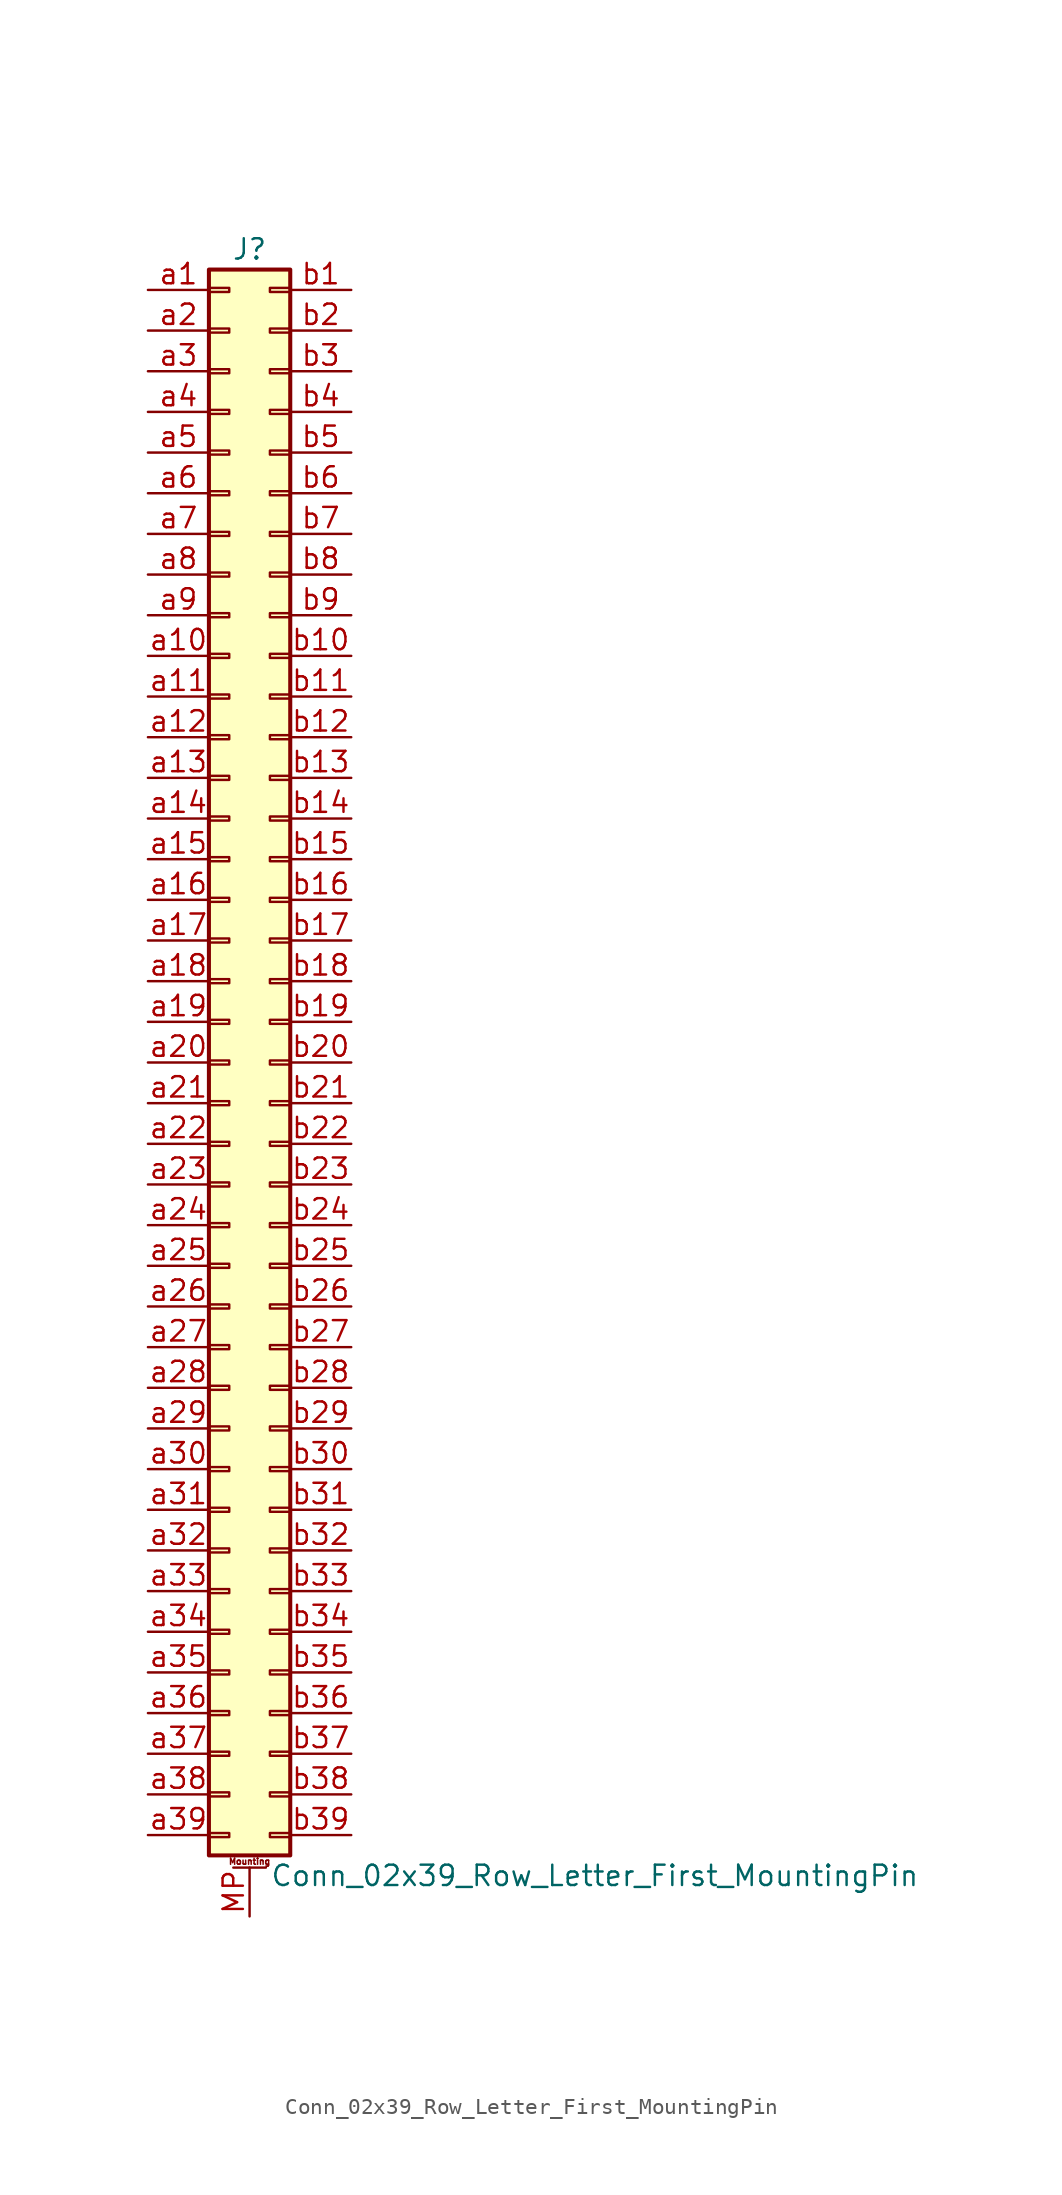
<source format=kicad_sym>
(kicad_symbol_lib
  (version 20211014)
  (generator kicad_symbol_editor)
  (symbol "Conn_02x39_Row_Letter_First_MountingPin"
    (pin_names
      (offset 1.016) hide)
    (property "Reference" "J"
      (at 1.27 50.8 0)
      (effects (font (size 1.27 1.27))))
    (property "Value" "Conn_02x39_Row_Letter_First_MountingPin"
      (at 2.54 -50.8 0)
      (effects (font (size 1.27 1.27)) (justify left)))
    (symbol "Conn_02x39_Row_Letter_First_MountingPin_1_1"
      (rectangle (start -1.27 -48.133) (end 0 -48.387) (stroke (width 0.152) (type default) (color 0 0 0 0)) (fill (type none)))
      (rectangle (start -1.27 -45.593) (end 0 -45.847) (stroke (width 0.152) (type default) (color 0 0 0 0)) (fill (type none)))
      (rectangle (start -1.27 -43.053) (end 0 -43.307) (stroke (width 0.152) (type default) (color 0 0 0 0)) (fill (type none)))
      (rectangle (start -1.27 -40.513) (end 0 -40.767) (stroke (width 0.152) (type default) (color 0 0 0 0)) (fill (type none)))
      (rectangle (start -1.27 -37.973) (end 0 -38.227) (stroke (width 0.152) (type default) (color 0 0 0 0)) (fill (type none)))
      (rectangle (start -1.27 -35.433) (end 0 -35.687) (stroke (width 0.152) (type default) (color 0 0 0 0)) (fill (type none)))
      (rectangle (start -1.27 -32.893) (end 0 -33.147) (stroke (width 0.152) (type default) (color 0 0 0 0)) (fill (type none)))
      (rectangle (start -1.27 -30.353) (end 0 -30.607) (stroke (width 0.152) (type default) (color 0 0 0 0)) (fill (type none)))
      (rectangle (start -1.27 -27.813) (end 0 -28.067) (stroke (width 0.152) (type default) (color 0 0 0 0)) (fill (type none)))
      (rectangle (start -1.27 -25.273) (end 0 -25.527) (stroke (width 0.152) (type default) (color 0 0 0 0)) (fill (type none)))
      (rectangle (start -1.27 -22.733) (end 0 -22.987) (stroke (width 0.152) (type default) (color 0 0 0 0)) (fill (type none)))
      (rectangle (start -1.27 -20.193) (end 0 -20.447) (stroke (width 0.152) (type default) (color 0 0 0 0)) (fill (type none)))
      (rectangle (start -1.27 -17.653) (end 0 -17.907) (stroke (width 0.152) (type default) (color 0 0 0 0)) (fill (type none)))
      (rectangle (start -1.27 -15.113) (end 0 -15.367) (stroke (width 0.152) (type default) (color 0 0 0 0)) (fill (type none)))
      (rectangle (start -1.27 -12.573) (end 0 -12.827) (stroke (width 0.152) (type default) (color 0 0 0 0)) (fill (type none)))
      (rectangle (start -1.27 -10.033) (end 0 -10.287) (stroke (width 0.152) (type default) (color 0 0 0 0)) (fill (type none)))
      (rectangle (start -1.27 -7.493) (end 0 -7.747) (stroke (width 0.152) (type default) (color 0 0 0 0)) (fill (type none)))
      (rectangle (start -1.27 -4.953) (end 0 -5.207) (stroke (width 0.152) (type default) (color 0 0 0 0)) (fill (type none)))
      (rectangle (start -1.27 -2.413) (end 0 -2.667) (stroke (width 0.152) (type default) (color 0 0 0 0)) (fill (type none)))
      (rectangle (start -1.27 0.127) (end 0 -0.127) (stroke (width 0.152) (type default) (color 0 0 0 0)) (fill (type none)))
      (rectangle (start -1.27 2.667) (end 0 2.413) (stroke (width 0.152) (type default) (color 0 0 0 0)) (fill (type none)))
      (rectangle (start -1.27 5.207) (end 0 4.953) (stroke (width 0.152) (type default) (color 0 0 0 0)) (fill (type none)))
      (rectangle (start -1.27 7.747) (end 0 7.493) (stroke (width 0.152) (type default) (color 0 0 0 0)) (fill (type none)))
      (rectangle (start -1.27 10.287) (end 0 10.033) (stroke (width 0.152) (type default) (color 0 0 0 0)) (fill (type none)))
      (rectangle (start -1.27 12.827) (end 0 12.573) (stroke (width 0.152) (type default) (color 0 0 0 0)) (fill (type none)))
      (rectangle (start -1.27 15.367) (end 0 15.113) (stroke (width 0.152) (type default) (color 0 0 0 0)) (fill (type none)))
      (rectangle (start -1.27 17.907) (end 0 17.653) (stroke (width 0.152) (type default) (color 0 0 0 0)) (fill (type none)))
      (rectangle (start -1.27 20.447) (end 0 20.193) (stroke (width 0.152) (type default) (color 0 0 0 0)) (fill (type none)))
      (rectangle (start -1.27 22.987) (end 0 22.733) (stroke (width 0.152) (type default) (color 0 0 0 0)) (fill (type none)))
      (rectangle (start -1.27 25.527) (end 0 25.273) (stroke (width 0.152) (type default) (color 0 0 0 0)) (fill (type none)))
      (rectangle (start -1.27 28.067) (end 0 27.813) (stroke (width 0.152) (type default) (color 0 0 0 0)) (fill (type none)))
      (rectangle (start -1.27 30.607) (end 0 30.353) (stroke (width 0.152) (type default) (color 0 0 0 0)) (fill (type none)))
      (rectangle (start -1.27 33.147) (end 0 32.893) (stroke (width 0.152) (type default) (color 0 0 0 0)) (fill (type none)))
      (rectangle (start -1.27 35.687) (end 0 35.433) (stroke (width 0.152) (type default) (color 0 0 0 0)) (fill (type none)))
      (rectangle (start -1.27 38.227) (end 0 37.973) (stroke (width 0.152) (type default) (color 0 0 0 0)) (fill (type none)))
      (rectangle (start -1.27 40.767) (end 0 40.513) (stroke (width 0.152) (type default) (color 0 0 0 0)) (fill (type none)))
      (rectangle (start -1.27 43.307) (end 0 43.053) (stroke (width 0.152) (type default) (color 0 0 0 0)) (fill (type none)))
      (rectangle (start -1.27 45.847) (end 0 45.593) (stroke (width 0.152) (type default) (color 0 0 0 0)) (fill (type none)))
      (rectangle (start -1.27 48.387) (end 0 48.133) (stroke (width 0.152) (type default) (color 0 0 0 0)) (fill (type none)))
      (rectangle (start -1.27 49.53) (end 3.81 -49.53) (stroke (width 0.254) (type default) (color 0 0 0 0)) (fill (type background)))
      (polyline (pts (xy 0.254 -50.292) (xy 2.286 -50.292)) (stroke (width 0.152) (type default) (color 0 0 0 0)) (fill (type none)))
      (rectangle (start 3.81 -48.133) (end 2.54 -48.387) (stroke (width 0.152) (type default) (color 0 0 0 0)) (fill (type none)))
      (rectangle (start 3.81 -45.593) (end 2.54 -45.847) (stroke (width 0.152) (type default) (color 0 0 0 0)) (fill (type none)))
      (rectangle (start 3.81 -43.053) (end 2.54 -43.307) (stroke (width 0.152) (type default) (color 0 0 0 0)) (fill (type none)))
      (rectangle (start 3.81 -40.513) (end 2.54 -40.767) (stroke (width 0.152) (type default) (color 0 0 0 0)) (fill (type none)))
      (rectangle (start 3.81 -37.973) (end 2.54 -38.227) (stroke (width 0.152) (type default) (color 0 0 0 0)) (fill (type none)))
      (rectangle (start 3.81 -35.433) (end 2.54 -35.687) (stroke (width 0.152) (type default) (color 0 0 0 0)) (fill (type none)))
      (rectangle (start 3.81 -32.893) (end 2.54 -33.147) (stroke (width 0.152) (type default) (color 0 0 0 0)) (fill (type none)))
      (rectangle (start 3.81 -30.353) (end 2.54 -30.607) (stroke (width 0.152) (type default) (color 0 0 0 0)) (fill (type none)))
      (rectangle (start 3.81 -27.813) (end 2.54 -28.067) (stroke (width 0.152) (type default) (color 0 0 0 0)) (fill (type none)))
      (rectangle (start 3.81 -25.273) (end 2.54 -25.527) (stroke (width 0.152) (type default) (color 0 0 0 0)) (fill (type none)))
      (rectangle (start 3.81 -22.733) (end 2.54 -22.987) (stroke (width 0.152) (type default) (color 0 0 0 0)) (fill (type none)))
      (rectangle (start 3.81 -20.193) (end 2.54 -20.447) (stroke (width 0.152) (type default) (color 0 0 0 0)) (fill (type none)))
      (rectangle (start 3.81 -17.653) (end 2.54 -17.907) (stroke (width 0.152) (type default) (color 0 0 0 0)) (fill (type none)))
      (rectangle (start 3.81 -15.113) (end 2.54 -15.367) (stroke (width 0.152) (type default) (color 0 0 0 0)) (fill (type none)))
      (rectangle (start 3.81 -12.573) (end 2.54 -12.827) (stroke (width 0.152) (type default) (color 0 0 0 0)) (fill (type none)))
      (rectangle (start 3.81 -10.033) (end 2.54 -10.287) (stroke (width 0.152) (type default) (color 0 0 0 0)) (fill (type none)))
      (rectangle (start 3.81 -7.493) (end 2.54 -7.747) (stroke (width 0.152) (type default) (color 0 0 0 0)) (fill (type none)))
      (rectangle (start 3.81 -4.953) (end 2.54 -5.207) (stroke (width 0.152) (type default) (color 0 0 0 0)) (fill (type none)))
      (rectangle (start 3.81 -2.413) (end 2.54 -2.667) (stroke (width 0.152) (type default) (color 0 0 0 0)) (fill (type none)))
      (rectangle (start 3.81 0.127) (end 2.54 -0.127) (stroke (width 0.152) (type default) (color 0 0 0 0)) (fill (type none)))
      (rectangle (start 3.81 2.667) (end 2.54 2.413) (stroke (width 0.152) (type default) (color 0 0 0 0)) (fill (type none)))
      (rectangle (start 3.81 5.207) (end 2.54 4.953) (stroke (width 0.152) (type default) (color 0 0 0 0)) (fill (type none)))
      (rectangle (start 3.81 7.747) (end 2.54 7.493) (stroke (width 0.152) (type default) (color 0 0 0 0)) (fill (type none)))
      (rectangle (start 3.81 10.287) (end 2.54 10.033) (stroke (width 0.152) (type default) (color 0 0 0 0)) (fill (type none)))
      (rectangle (start 3.81 12.827) (end 2.54 12.573) (stroke (width 0.152) (type default) (color 0 0 0 0)) (fill (type none)))
      (rectangle (start 3.81 15.367) (end 2.54 15.113) (stroke (width 0.152) (type default) (color 0 0 0 0)) (fill (type none)))
      (rectangle (start 3.81 17.907) (end 2.54 17.653) (stroke (width 0.152) (type default) (color 0 0 0 0)) (fill (type none)))
      (rectangle (start 3.81 20.447) (end 2.54 20.193) (stroke (width 0.152) (type default) (color 0 0 0 0)) (fill (type none)))
      (rectangle (start 3.81 22.987) (end 2.54 22.733) (stroke (width 0.152) (type default) (color 0 0 0 0)) (fill (type none)))
      (rectangle (start 3.81 25.527) (end 2.54 25.273) (stroke (width 0.152) (type default) (color 0 0 0 0)) (fill (type none)))
      (rectangle (start 3.81 28.067) (end 2.54 27.813) (stroke (width 0.152) (type default) (color 0 0 0 0)) (fill (type none)))
      (rectangle (start 3.81 30.607) (end 2.54 30.353) (stroke (width 0.152) (type default) (color 0 0 0 0)) (fill (type none)))
      (rectangle (start 3.81 33.147) (end 2.54 32.893) (stroke (width 0.152) (type default) (color 0 0 0 0)) (fill (type none)))
      (rectangle (start 3.81 35.687) (end 2.54 35.433) (stroke (width 0.152) (type default) (color 0 0 0 0)) (fill (type none)))
      (rectangle (start 3.81 38.227) (end 2.54 37.973) (stroke (width 0.152) (type default) (color 0 0 0 0)) (fill (type none)))
      (rectangle (start 3.81 40.767) (end 2.54 40.513) (stroke (width 0.152) (type default) (color 0 0 0 0)) (fill (type none)))
      (rectangle (start 3.81 43.307) (end 2.54 43.053) (stroke (width 0.152) (type default) (color 0 0 0 0)) (fill (type none)))
      (rectangle (start 3.81 45.847) (end 2.54 45.593) (stroke (width 0.152) (type default) (color 0 0 0 0)) (fill (type none)))
      (rectangle (start 3.81 48.387) (end 2.54 48.133) (stroke (width 0.152) (type default) (color 0 0 0 0)) (fill (type none)))
      (text "Mounting" (at 1.27 -49.911 0) (effects (font (size 0.381 0.381))))
      (pin passive line (at 1.27 -53.34 90) (length 3.048) (name "MountPin" (effects (font (size 1.27 1.27)))) (number "MP" (effects (font (size 1.27 1.27)))))
      (pin passive line (at -5.08 48.26 0) (length 3.81) (name "Pin_a1" (effects (font (size 1.27 1.27)))) (number "a1" (effects (font (size 1.27 1.27)))))
      (pin passive line (at -5.08 25.4 0) (length 3.81) (name "Pin_a10" (effects (font (size 1.27 1.27)))) (number "a10" (effects (font (size 1.27 1.27)))))
      (pin passive line (at -5.08 22.86 0) (length 3.81) (name "Pin_a11" (effects (font (size 1.27 1.27)))) (number "a11" (effects (font (size 1.27 1.27)))))
      (pin passive line (at -5.08 20.32 0) (length 3.81) (name "Pin_a12" (effects (font (size 1.27 1.27)))) (number "a12" (effects (font (size 1.27 1.27)))))
      (pin passive line (at -5.08 17.78 0) (length 3.81) (name "Pin_a13" (effects (font (size 1.27 1.27)))) (number "a13" (effects (font (size 1.27 1.27)))))
      (pin passive line (at -5.08 15.24 0) (length 3.81) (name "Pin_a14" (effects (font (size 1.27 1.27)))) (number "a14" (effects (font (size 1.27 1.27)))))
      (pin passive line (at -5.08 12.7 0) (length 3.81) (name "Pin_a15" (effects (font (size 1.27 1.27)))) (number "a15" (effects (font (size 1.27 1.27)))))
      (pin passive line (at -5.08 10.16 0) (length 3.81) (name "Pin_a16" (effects (font (size 1.27 1.27)))) (number "a16" (effects (font (size 1.27 1.27)))))
      (pin passive line (at -5.08 7.62 0) (length 3.81) (name "Pin_a17" (effects (font (size 1.27 1.27)))) (number "a17" (effects (font (size 1.27 1.27)))))
      (pin passive line (at -5.08 5.08 0) (length 3.81) (name "Pin_a18" (effects (font (size 1.27 1.27)))) (number "a18" (effects (font (size 1.27 1.27)))))
      (pin passive line (at -5.08 2.54 0) (length 3.81) (name "Pin_a19" (effects (font (size 1.27 1.27)))) (number "a19" (effects (font (size 1.27 1.27)))))
      (pin passive line (at -5.08 45.72 0) (length 3.81) (name "Pin_a2" (effects (font (size 1.27 1.27)))) (number "a2" (effects (font (size 1.27 1.27)))))
      (pin passive line (at -5.08 0 0) (length 3.81) (name "Pin_a20" (effects (font (size 1.27 1.27)))) (number "a20" (effects (font (size 1.27 1.27)))))
      (pin passive line (at -5.08 -2.54 0) (length 3.81) (name "Pin_a21" (effects (font (size 1.27 1.27)))) (number "a21" (effects (font (size 1.27 1.27)))))
      (pin passive line (at -5.08 -5.08 0) (length 3.81) (name "Pin_a22" (effects (font (size 1.27 1.27)))) (number "a22" (effects (font (size 1.27 1.27)))))
      (pin passive line (at -5.08 -7.62 0) (length 3.81) (name "Pin_a23" (effects (font (size 1.27 1.27)))) (number "a23" (effects (font (size 1.27 1.27)))))
      (pin passive line (at -5.08 -10.16 0) (length 3.81) (name "Pin_a24" (effects (font (size 1.27 1.27)))) (number "a24" (effects (font (size 1.27 1.27)))))
      (pin passive line (at -5.08 -12.7 0) (length 3.81) (name "Pin_a25" (effects (font (size 1.27 1.27)))) (number "a25" (effects (font (size 1.27 1.27)))))
      (pin passive line (at -5.08 -15.24 0) (length 3.81) (name "Pin_a26" (effects (font (size 1.27 1.27)))) (number "a26" (effects (font (size 1.27 1.27)))))
      (pin passive line (at -5.08 -17.78 0) (length 3.81) (name "Pin_a27" (effects (font (size 1.27 1.27)))) (number "a27" (effects (font (size 1.27 1.27)))))
      (pin passive line (at -5.08 -20.32 0) (length 3.81) (name "Pin_a28" (effects (font (size 1.27 1.27)))) (number "a28" (effects (font (size 1.27 1.27)))))
      (pin passive line (at -5.08 -22.86 0) (length 3.81) (name "Pin_a29" (effects (font (size 1.27 1.27)))) (number "a29" (effects (font (size 1.27 1.27)))))
      (pin passive line (at -5.08 43.18 0) (length 3.81) (name "Pin_a3" (effects (font (size 1.27 1.27)))) (number "a3" (effects (font (size 1.27 1.27)))))
      (pin passive line (at -5.08 -25.4 0) (length 3.81) (name "Pin_a30" (effects (font (size 1.27 1.27)))) (number "a30" (effects (font (size 1.27 1.27)))))
      (pin passive line (at -5.08 -27.94 0) (length 3.81) (name "Pin_a31" (effects (font (size 1.27 1.27)))) (number "a31" (effects (font (size 1.27 1.27)))))
      (pin passive line (at -5.08 -30.48 0) (length 3.81) (name "Pin_a32" (effects (font (size 1.27 1.27)))) (number "a32" (effects (font (size 1.27 1.27)))))
      (pin passive line (at -5.08 -33.02 0) (length 3.81) (name "Pin_a33" (effects (font (size 1.27 1.27)))) (number "a33" (effects (font (size 1.27 1.27)))))
      (pin passive line (at -5.08 -35.56 0) (length 3.81) (name "Pin_a34" (effects (font (size 1.27 1.27)))) (number "a34" (effects (font (size 1.27 1.27)))))
      (pin passive line (at -5.08 -38.1 0) (length 3.81) (name "Pin_a35" (effects (font (size 1.27 1.27)))) (number "a35" (effects (font (size 1.27 1.27)))))
      (pin passive line (at -5.08 -40.64 0) (length 3.81) (name "Pin_a36" (effects (font (size 1.27 1.27)))) (number "a36" (effects (font (size 1.27 1.27)))))
      (pin passive line (at -5.08 -43.18 0) (length 3.81) (name "Pin_a37" (effects (font (size 1.27 1.27)))) (number "a37" (effects (font (size 1.27 1.27)))))
      (pin passive line (at -5.08 -45.72 0) (length 3.81) (name "Pin_a38" (effects (font (size 1.27 1.27)))) (number "a38" (effects (font (size 1.27 1.27)))))
      (pin passive line (at -5.08 -48.26 0) (length 3.81) (name "Pin_a39" (effects (font (size 1.27 1.27)))) (number "a39" (effects (font (size 1.27 1.27)))))
      (pin passive line (at -5.08 40.64 0) (length 3.81) (name "Pin_a4" (effects (font (size 1.27 1.27)))) (number "a4" (effects (font (size 1.27 1.27)))))
      (pin passive line (at -5.08 38.1 0) (length 3.81) (name "Pin_a5" (effects (font (size 1.27 1.27)))) (number "a5" (effects (font (size 1.27 1.27)))))
      (pin passive line (at -5.08 35.56 0) (length 3.81) (name "Pin_a6" (effects (font (size 1.27 1.27)))) (number "a6" (effects (font (size 1.27 1.27)))))
      (pin passive line (at -5.08 33.02 0) (length 3.81) (name "Pin_a7" (effects (font (size 1.27 1.27)))) (number "a7" (effects (font (size 1.27 1.27)))))
      (pin passive line (at -5.08 30.48 0) (length 3.81) (name "Pin_a8" (effects (font (size 1.27 1.27)))) (number "a8" (effects (font (size 1.27 1.27)))))
      (pin passive line (at -5.08 27.94 0) (length 3.81) (name "Pin_a9" (effects (font (size 1.27 1.27)))) (number "a9" (effects (font (size 1.27 1.27)))))
      (pin passive line (at 7.62 48.26 180) (length 3.81) (name "Pin_b1" (effects (font (size 1.27 1.27)))) (number "b1" (effects (font (size 1.27 1.27)))))
      (pin passive line (at 7.62 25.4 180) (length 3.81) (name "Pin_b10" (effects (font (size 1.27 1.27)))) (number "b10" (effects (font (size 1.27 1.27)))))
      (pin passive line (at 7.62 22.86 180) (length 3.81) (name "Pin_b11" (effects (font (size 1.27 1.27)))) (number "b11" (effects (font (size 1.27 1.27)))))
      (pin passive line (at 7.62 20.32 180) (length 3.81) (name "Pin_b12" (effects (font (size 1.27 1.27)))) (number "b12" (effects (font (size 1.27 1.27)))))
      (pin passive line (at 7.62 17.78 180) (length 3.81) (name "Pin_b13" (effects (font (size 1.27 1.27)))) (number "b13" (effects (font (size 1.27 1.27)))))
      (pin passive line (at 7.62 15.24 180) (length 3.81) (name "Pin_b14" (effects (font (size 1.27 1.27)))) (number "b14" (effects (font (size 1.27 1.27)))))
      (pin passive line (at 7.62 12.7 180) (length 3.81) (name "Pin_b15" (effects (font (size 1.27 1.27)))) (number "b15" (effects (font (size 1.27 1.27)))))
      (pin passive line (at 7.62 10.16 180) (length 3.81) (name "Pin_b16" (effects (font (size 1.27 1.27)))) (number "b16" (effects (font (size 1.27 1.27)))))
      (pin passive line (at 7.62 7.62 180) (length 3.81) (name "Pin_b17" (effects (font (size 1.27 1.27)))) (number "b17" (effects (font (size 1.27 1.27)))))
      (pin passive line (at 7.62 5.08 180) (length 3.81) (name "Pin_b18" (effects (font (size 1.27 1.27)))) (number "b18" (effects (font (size 1.27 1.27)))))
      (pin passive line (at 7.62 2.54 180) (length 3.81) (name "Pin_b19" (effects (font (size 1.27 1.27)))) (number "b19" (effects (font (size 1.27 1.27)))))
      (pin passive line (at 7.62 45.72 180) (length 3.81) (name "Pin_b2" (effects (font (size 1.27 1.27)))) (number "b2" (effects (font (size 1.27 1.27)))))
      (pin passive line (at 7.62 0 180) (length 3.81) (name "Pin_b20" (effects (font (size 1.27 1.27)))) (number "b20" (effects (font (size 1.27 1.27)))))
      (pin passive line (at 7.62 -2.54 180) (length 3.81) (name "Pin_b21" (effects (font (size 1.27 1.27)))) (number "b21" (effects (font (size 1.27 1.27)))))
      (pin passive line (at 7.62 -5.08 180) (length 3.81) (name "Pin_b22" (effects (font (size 1.27 1.27)))) (number "b22" (effects (font (size 1.27 1.27)))))
      (pin passive line (at 7.62 -7.62 180) (length 3.81) (name "Pin_b23" (effects (font (size 1.27 1.27)))) (number "b23" (effects (font (size 1.27 1.27)))))
      (pin passive line (at 7.62 -10.16 180) (length 3.81) (name "Pin_b24" (effects (font (size 1.27 1.27)))) (number "b24" (effects (font (size 1.27 1.27)))))
      (pin passive line (at 7.62 -12.7 180) (length 3.81) (name "Pin_b25" (effects (font (size 1.27 1.27)))) (number "b25" (effects (font (size 1.27 1.27)))))
      (pin passive line (at 7.62 -15.24 180) (length 3.81) (name "Pin_b26" (effects (font (size 1.27 1.27)))) (number "b26" (effects (font (size 1.27 1.27)))))
      (pin passive line (at 7.62 -17.78 180) (length 3.81) (name "Pin_b27" (effects (font (size 1.27 1.27)))) (number "b27" (effects (font (size 1.27 1.27)))))
      (pin passive line (at 7.62 -20.32 180) (length 3.81) (name "Pin_b28" (effects (font (size 1.27 1.27)))) (number "b28" (effects (font (size 1.27 1.27)))))
      (pin passive line (at 7.62 -22.86 180) (length 3.81) (name "Pin_b29" (effects (font (size 1.27 1.27)))) (number "b29" (effects (font (size 1.27 1.27)))))
      (pin passive line (at 7.62 43.18 180) (length 3.81) (name "Pin_b3" (effects (font (size 1.27 1.27)))) (number "b3" (effects (font (size 1.27 1.27)))))
      (pin passive line (at 7.62 -25.4 180) (length 3.81) (name "Pin_b30" (effects (font (size 1.27 1.27)))) (number "b30" (effects (font (size 1.27 1.27)))))
      (pin passive line (at 7.62 -27.94 180) (length 3.81) (name "Pin_b31" (effects (font (size 1.27 1.27)))) (number "b31" (effects (font (size 1.27 1.27)))))
      (pin passive line (at 7.62 -30.48 180) (length 3.81) (name "Pin_b32" (effects (font (size 1.27 1.27)))) (number "b32" (effects (font (size 1.27 1.27)))))
      (pin passive line (at 7.62 -33.02 180) (length 3.81) (name "Pin_b33" (effects (font (size 1.27 1.27)))) (number "b33" (effects (font (size 1.27 1.27)))))
      (pin passive line (at 7.62 -35.56 180) (length 3.81) (name "Pin_b34" (effects (font (size 1.27 1.27)))) (number "b34" (effects (font (size 1.27 1.27)))))
      (pin passive line (at 7.62 -38.1 180) (length 3.81) (name "Pin_b35" (effects (font (size 1.27 1.27)))) (number "b35" (effects (font (size 1.27 1.27)))))
      (pin passive line (at 7.62 -40.64 180) (length 3.81) (name "Pin_b36" (effects (font (size 1.27 1.27)))) (number "b36" (effects (font (size 1.27 1.27)))))
      (pin passive line (at 7.62 -43.18 180) (length 3.81) (name "Pin_b37" (effects (font (size 1.27 1.27)))) (number "b37" (effects (font (size 1.27 1.27)))))
      (pin passive line (at 7.62 -45.72 180) (length 3.81) (name "Pin_b38" (effects (font (size 1.27 1.27)))) (number "b38" (effects (font (size 1.27 1.27)))))
      (pin passive line (at 7.62 -48.26 180) (length 3.81) (name "Pin_b39" (effects (font (size 1.27 1.27)))) (number "b39" (effects (font (size 1.27 1.27)))))
      (pin passive line (at 7.62 40.64 180) (length 3.81) (name "Pin_b4" (effects (font (size 1.27 1.27)))) (number "b4" (effects (font (size 1.27 1.27)))))
      (pin passive line (at 7.62 38.1 180) (length 3.81) (name "Pin_b5" (effects (font (size 1.27 1.27)))) (number "b5" (effects (font (size 1.27 1.27)))))
      (pin passive line (at 7.62 35.56 180) (length 3.81) (name "Pin_b6" (effects (font (size 1.27 1.27)))) (number "b6" (effects (font (size 1.27 1.27)))))
      (pin passive line (at 7.62 33.02 180) (length 3.81) (name "Pin_b7" (effects (font (size 1.27 1.27)))) (number "b7" (effects (font (size 1.27 1.27)))))
      (pin passive line (at 7.62 30.48 180) (length 3.81) (name "Pin_b8" (effects (font (size 1.27 1.27)))) (number "b8" (effects (font (size 1.27 1.27)))))
      (pin passive line (at 7.62 27.94 180) (length 3.81) (name "Pin_b9" (effects (font (size 1.27 1.27)))) (number "b9" (effects (font (size 1.27 1.27))))))))
</source>
